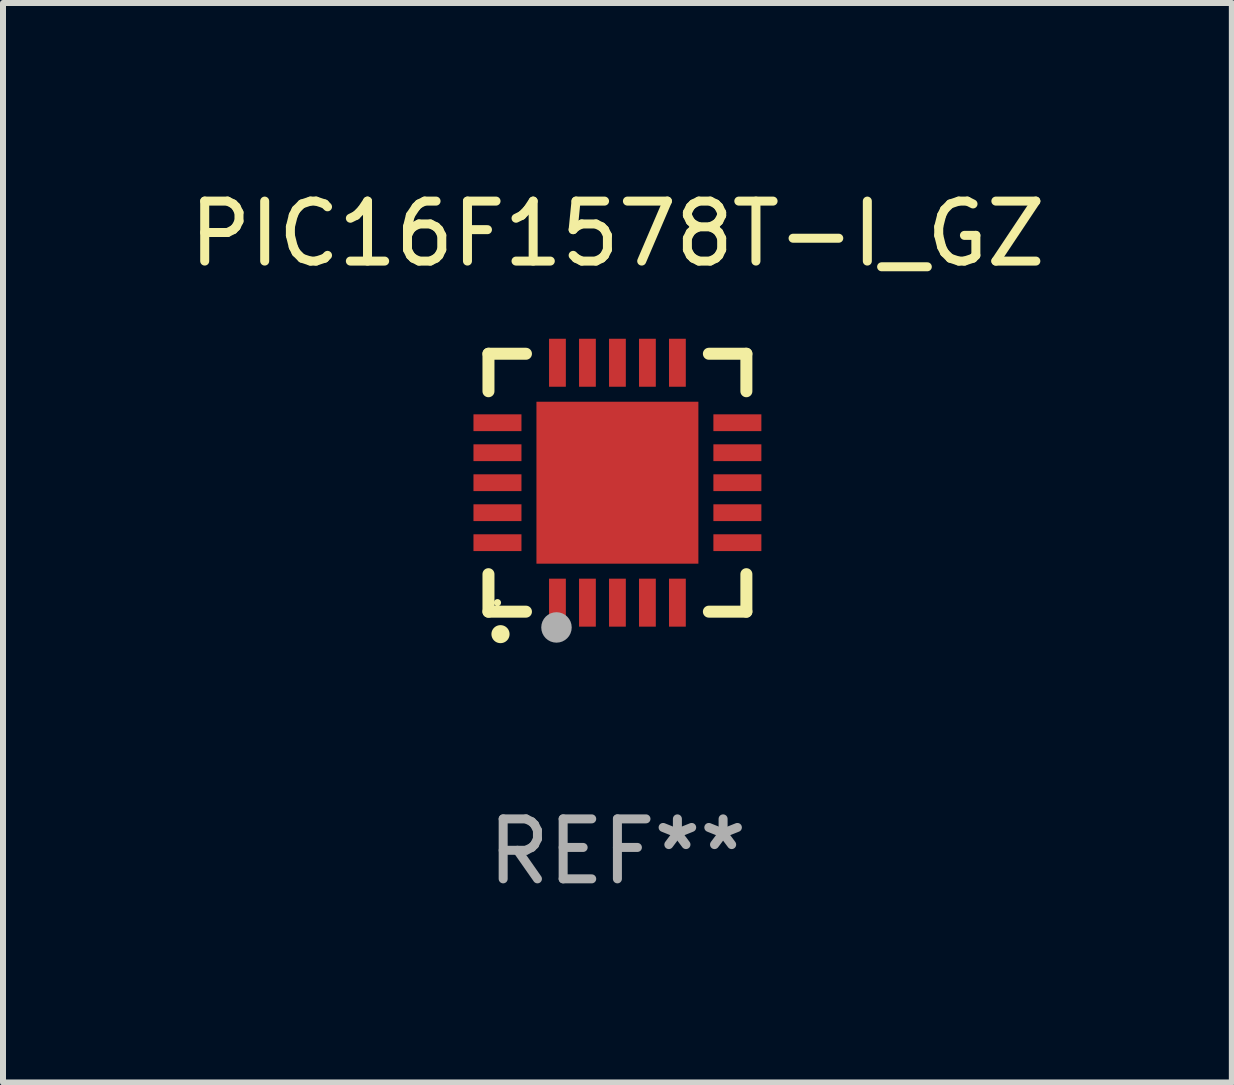
<source format=kicad_pcb>
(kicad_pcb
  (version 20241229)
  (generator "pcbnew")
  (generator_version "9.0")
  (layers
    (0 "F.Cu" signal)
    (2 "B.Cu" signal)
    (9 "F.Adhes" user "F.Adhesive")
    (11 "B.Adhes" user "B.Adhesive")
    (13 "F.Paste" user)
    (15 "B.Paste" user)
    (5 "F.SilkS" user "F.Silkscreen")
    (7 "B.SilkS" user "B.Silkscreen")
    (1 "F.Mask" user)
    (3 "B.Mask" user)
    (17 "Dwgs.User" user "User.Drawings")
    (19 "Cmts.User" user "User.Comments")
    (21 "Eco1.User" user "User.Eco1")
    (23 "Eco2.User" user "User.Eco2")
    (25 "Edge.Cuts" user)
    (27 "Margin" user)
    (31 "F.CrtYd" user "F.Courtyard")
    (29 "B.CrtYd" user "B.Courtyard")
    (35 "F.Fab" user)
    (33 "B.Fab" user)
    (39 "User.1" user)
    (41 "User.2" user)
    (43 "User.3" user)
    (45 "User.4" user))
  (footprint "PIC16F1578T-I_GZ"
    (layer "F.Cu")
    (at 7.244 4.998)
    (property "Reference" "PIC16F1578T-I_GZ" (at 0 -4.15 0) (layer "F.SilkS") (effects (font (size 1 1) (thickness 0.15))))
    (attr through_hole)
    (fp_line (start -2.15 -2.15) (end -2.15 -1.525) (stroke (width 0.2) (type solid)) (layer "F.SilkS"))
    (fp_line (start -2.15 2.15) (end -2.15 1.525) (stroke (width 0.2) (type solid)) (layer "F.SilkS"))
    (fp_line (start -1.525 -2.15) (end -2.15 -2.15) (stroke (width 0.2) (type solid)) (layer "F.SilkS"))
    (fp_line (start -1.525 2.15) (end -2.15 2.15) (stroke (width 0.2) (type solid)) (layer "F.SilkS"))
    (fp_line (start 1.525 2.15) (end 2.15 2.15) (stroke (width 0.2) (type solid)) (layer "F.SilkS"))
    (fp_line (start 2.15 -2.15) (end 1.525 -2.15) (stroke (width 0.2) (type solid)) (layer "F.SilkS"))
    (fp_line (start 2.15 -1.525) (end 2.15 -2.15) (stroke (width 0.2) (type solid)) (layer "F.SilkS"))
    (fp_line (start 2.15 2.15) (end 2.15 1.525) (stroke (width 0.2) (type solid)) (layer "F.SilkS"))
    (fp_arc (start -1.950724 2.524765) (mid -1.949454 2.52476) (end -1.948184 2.524765) (stroke (width 0.3) (type solid)) (layer "F.SilkS"))
    (fp_circle (center -2 2) (end -1.97 2) (stroke (width 0.06) (type solid)) (fill no) (layer "F.SilkS"))
    (fp_circle (center -1.016 2.413) (end -0.889 2.413) (stroke (width 0.254) (type solid)) (fill no) (layer "F.Fab"))
    (fp_text user "REF**" (at 0 6.15 0) (layer "F.Fab") (effects (font (size 1 1) (thickness 0.15))))
    (pad "1" smd rect (at -1 2 180) (size 0.28 0.8) (layers "F.Cu" "F.Mask" "F.Paste"))
    (pad "2" smd rect (at -0.5 2 180) (size 0.28 0.8) (layers "F.Cu" "F.Mask" "F.Paste"))
    (pad "3" smd rect (at 0 2 180) (size 0.28 0.8) (layers "F.Cu" "F.Mask" "F.Paste"))
    (pad "4" smd rect (at 0.5 2 180) (size 0.28 0.8) (layers "F.Cu" "F.Mask" "F.Paste"))
    (pad "5" smd rect (at 1 2 180) (size 0.28 0.8) (layers "F.Cu" "F.Mask" "F.Paste"))
    (pad "6" smd rect (at 2 1 90) (size 0.28 0.8) (layers "F.Cu" "F.Mask" "F.Paste"))
    (pad "7" smd rect (at 2 0.5 90) (size 0.28 0.8) (layers "F.Cu" "F.Mask" "F.Paste"))
    (pad "8" smd rect (at 2 0 90) (size 0.28 0.8) (layers "F.Cu" "F.Mask" "F.Paste"))
    (pad "9" smd rect (at 2 -0.5 90) (size 0.28 0.8) (layers "F.Cu" "F.Mask" "F.Paste"))
    (pad "10" smd rect (at 2 -1 90) (size 0.28 0.8) (layers "F.Cu" "F.Mask" "F.Paste"))
    (pad "11" smd rect (at 1 -2 180) (size 0.28 0.8) (layers "F.Cu" "F.Mask" "F.Paste"))
    (pad "12" smd rect (at 0.5 -2 180) (size 0.28 0.8) (layers "F.Cu" "F.Mask" "F.Paste"))
    (pad "13" smd rect (at 0 -2 180) (size 0.28 0.8) (layers "F.Cu" "F.Mask" "F.Paste"))
    (pad "14" smd rect (at -0.5 -2 180) (size 0.28 0.8) (layers "F.Cu" "F.Mask" "F.Paste"))
    (pad "15" smd rect (at -1 -2 180) (size 0.28 0.8) (layers "F.Cu" "F.Mask" "F.Paste"))
    (pad "16" smd rect (at -2 -1 90) (size 0.28 0.8) (layers "F.Cu" "F.Mask" "F.Paste"))
    (pad "17" smd rect (at -2 -0.5 90) (size 0.28 0.8) (layers "F.Cu" "F.Mask" "F.Paste"))
    (pad "18" smd rect (at -2 0 90) (size 0.28 0.8) (layers "F.Cu" "F.Mask" "F.Paste"))
    (pad "19" smd rect (at -2 0.5 90) (size 0.28 0.8) (layers "F.Cu" "F.Mask" "F.Paste"))
    (pad "20" smd rect (at -2 1 90) (size 0.28 0.8) (layers "F.Cu" "F.Mask" "F.Paste"))
    (pad "21" smd rect (at 0 0 90) (size 2.7 2.7) (layers "F.Cu" "F.Mask" "F.Paste")))
  (gr_rect
    (start -3 -3)
    (end 17.488 14.997)
    (stroke (width 0.1) (type default))
    (fill no)
    (layer "Edge.Cuts")))
</source>
